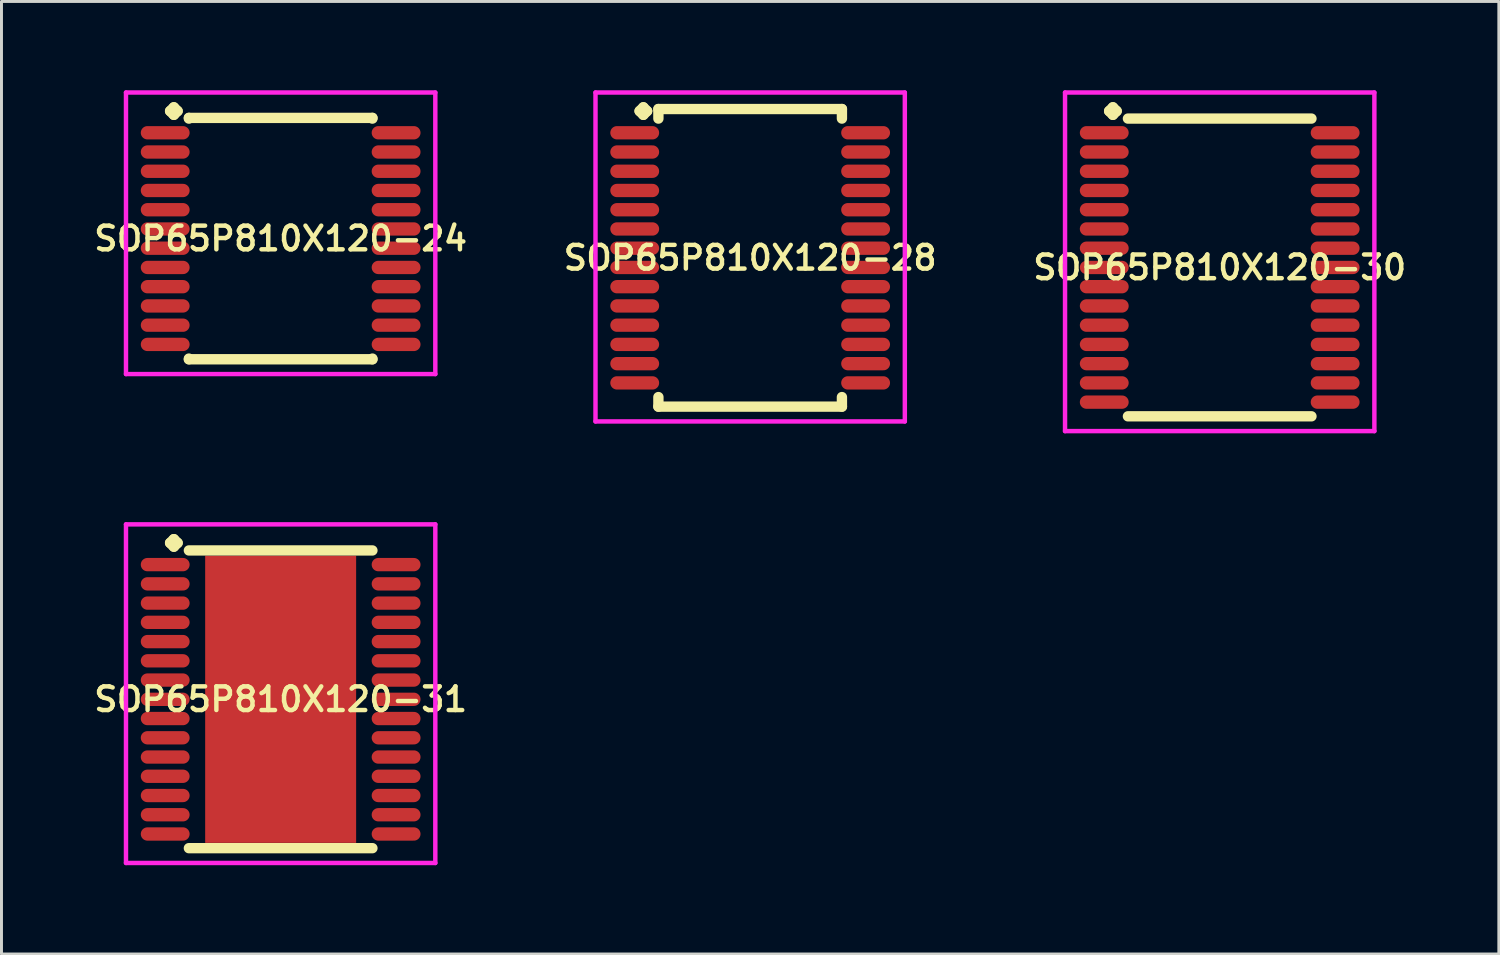
<source format=kicad_pcb>
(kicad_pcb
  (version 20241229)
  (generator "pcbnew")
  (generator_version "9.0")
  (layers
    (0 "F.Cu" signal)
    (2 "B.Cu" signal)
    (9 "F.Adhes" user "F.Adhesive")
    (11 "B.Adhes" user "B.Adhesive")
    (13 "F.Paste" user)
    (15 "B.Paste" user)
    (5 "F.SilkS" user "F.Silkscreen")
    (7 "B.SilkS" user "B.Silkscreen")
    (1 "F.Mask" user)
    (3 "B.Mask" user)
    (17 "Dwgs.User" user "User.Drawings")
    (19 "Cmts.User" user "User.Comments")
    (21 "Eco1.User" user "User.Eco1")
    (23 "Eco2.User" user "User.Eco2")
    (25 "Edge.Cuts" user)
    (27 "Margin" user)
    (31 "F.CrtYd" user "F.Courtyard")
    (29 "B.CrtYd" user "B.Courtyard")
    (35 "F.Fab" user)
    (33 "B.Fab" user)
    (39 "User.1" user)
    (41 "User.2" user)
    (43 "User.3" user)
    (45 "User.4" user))
  (footprint "SOP65P810X120-30"
    (layer "F.Cu")
    (at 38.154 5.985)
    (property "Reference" "SOP65P810X120-30" (at 0 0 0) (layer "F.SilkS") (effects (font (size 0.8 0.8) (thickness 0.15))))
    (attr smd)
    (fp_line (start -3.735 -5.283) (end -3.608 -5.41) (stroke (width 0.35) (type solid)) (layer "F.SilkS"))
    (fp_line (start -3.608 -5.41) (end -3.481 -5.283) (stroke (width 0.35) (type solid)) (layer "F.SilkS"))
    (fp_line (start -3.608 -5.156) (end -3.735 -5.283) (stroke (width 0.35) (type solid)) (layer "F.SilkS"))
    (fp_line (start -3.481 -5.283) (end -3.608 -5.156) (stroke (width 0.35) (type solid)) (layer "F.SilkS"))
    (fp_line (start -3.1 -5.029) (end 3.1 -5.029) (stroke (width 0.35) (type solid)) (layer "F.SilkS"))
    (fp_line (start -3.1 5.029) (end 3.1 5.029) (stroke (width 0.35) (type solid)) (layer "F.SilkS"))
    (fp_line (start -5.225 -5.91) (end 5.225 -5.91) (stroke (width 0.15) (type solid)) (layer "F.CrtYd"))
    (fp_line (start -5.225 5.529) (end -5.225 -5.91) (stroke (width 0.15) (type solid)) (layer "F.CrtYd"))
    (fp_line (start 5.225 -5.91) (end 5.225 5.529) (stroke (width 0.15) (type solid)) (layer "F.CrtYd"))
    (fp_line (start 5.225 5.529) (end -5.225 5.529) (stroke (width 0.15) (type solid)) (layer "F.CrtYd"))
    (pad "1" smd oval (at -3.9 -4.55) (size 1.65 0.45) (layers "F.Cu" "F.Mask" "F.Paste"))
    (pad "2" smd oval (at -3.9 -3.9) (size 1.65 0.45) (layers "F.Cu" "F.Mask" "F.Paste"))
    (pad "3" smd oval (at -3.9 -3.25) (size 1.65 0.45) (layers "F.Cu" "F.Mask" "F.Paste"))
    (pad "4" smd oval (at -3.9 -2.6) (size 1.65 0.45) (layers "F.Cu" "F.Mask" "F.Paste"))
    (pad "5" smd oval (at -3.9 -1.95) (size 1.65 0.45) (layers "F.Cu" "F.Mask" "F.Paste"))
    (pad "6" smd oval (at -3.9 -1.3) (size 1.65 0.45) (layers "F.Cu" "F.Mask" "F.Paste"))
    (pad "7" smd oval (at -3.9 -0.65) (size 1.65 0.45) (layers "F.Cu" "F.Mask" "F.Paste"))
    (pad "8" smd oval (at -3.9 0) (size 1.65 0.45) (layers "F.Cu" "F.Mask" "F.Paste"))
    (pad "9" smd oval (at -3.9 0.65) (size 1.65 0.45) (layers "F.Cu" "F.Mask" "F.Paste"))
    (pad "10" smd oval (at -3.9 1.3) (size 1.65 0.45) (layers "F.Cu" "F.Mask" "F.Paste"))
    (pad "11" smd oval (at -3.9 1.95) (size 1.65 0.45) (layers "F.Cu" "F.Mask" "F.Paste"))
    (pad "12" smd oval (at -3.9 2.6) (size 1.65 0.45) (layers "F.Cu" "F.Mask" "F.Paste"))
    (pad "13" smd oval (at -3.9 3.25) (size 1.65 0.45) (layers "F.Cu" "F.Mask" "F.Paste"))
    (pad "14" smd oval (at -3.9 3.9) (size 1.65 0.45) (layers "F.Cu" "F.Mask" "F.Paste"))
    (pad "15" smd oval (at -3.9 4.55) (size 1.65 0.45) (layers "F.Cu" "F.Mask" "F.Paste"))
    (pad "16" smd oval (at 3.9 4.55) (size 1.65 0.45) (layers "F.Cu" "F.Mask" "F.Paste"))
    (pad "17" smd oval (at 3.9 3.9) (size 1.65 0.45) (layers "F.Cu" "F.Mask" "F.Paste"))
    (pad "18" smd oval (at 3.9 3.25) (size 1.65 0.45) (layers "F.Cu" "F.Mask" "F.Paste"))
    (pad "19" smd oval (at 3.9 2.6) (size 1.65 0.45) (layers "F.Cu" "F.Mask" "F.Paste"))
    (pad "20" smd oval (at 3.9 1.95) (size 1.65 0.45) (layers "F.Cu" "F.Mask" "F.Paste"))
    (pad "21" smd oval (at 3.9 1.3) (size 1.65 0.45) (layers "F.Cu" "F.Mask" "F.Paste"))
    (pad "22" smd oval (at 3.9 0.65) (size 1.65 0.45) (layers "F.Cu" "F.Mask" "F.Paste"))
    (pad "23" smd oval (at 3.9 0) (size 1.65 0.45) (layers "F.Cu" "F.Mask" "F.Paste"))
    (pad "24" smd oval (at 3.9 -0.65) (size 1.65 0.45) (layers "F.Cu" "F.Mask" "F.Paste"))
    (pad "25" smd oval (at 3.9 -1.3) (size 1.65 0.45) (layers "F.Cu" "F.Mask" "F.Paste"))
    (pad "26" smd oval (at 3.9 -1.95) (size 1.65 0.45) (layers "F.Cu" "F.Mask" "F.Paste"))
    (pad "27" smd oval (at 3.9 -2.6) (size 1.65 0.45) (layers "F.Cu" "F.Mask" "F.Paste"))
    (pad "28" smd oval (at 3.9 -3.25) (size 1.65 0.45) (layers "F.Cu" "F.Mask" "F.Paste"))
    (pad "29" smd oval (at 3.9 -3.9) (size 1.65 0.45) (layers "F.Cu" "F.Mask" "F.Paste"))
    (pad "30" smd oval (at 3.9 -4.55) (size 1.65 0.45) (layers "F.Cu" "F.Mask" "F.Paste")))
  (footprint "SOP65P810X120-28"
    (layer "F.Cu")
    (at 22.292 5.66)
    (property "Reference" "SOP65P810X120-28" (at 0 0 0) (layer "F.SilkS") (effects (font (size 0.8 0.8) (thickness 0.15))))
    (attr smd)
    (fp_line (start -3.735 -4.958) (end -3.608 -5.085) (stroke (width 0.35) (type solid)) (layer "F.SilkS"))
    (fp_line (start -3.608 -5.085) (end -3.481 -4.958) (stroke (width 0.35) (type solid)) (layer "F.SilkS"))
    (fp_line (start -3.608 -4.831) (end -3.735 -4.958) (stroke (width 0.35) (type solid)) (layer "F.SilkS"))
    (fp_line (start -3.481 -4.958) (end -3.608 -4.831) (stroke (width 0.35) (type solid)) (layer "F.SilkS"))
    (fp_line (start -3.1 -5.027) (end 3.1 -5.027) (stroke (width 0.35) (type solid)) (layer "F.SilkS"))
    (fp_line (start -3.1 -4.704) (end -3.1 -5.027) (stroke (width 0.35) (type solid)) (layer "F.SilkS"))
    (fp_line (start -3.1 4.704) (end -3.1 5.027) (stroke (width 0.35) (type solid)) (layer "F.SilkS"))
    (fp_line (start -3.1 5.027) (end 3.1 5.027) (stroke (width 0.35) (type solid)) (layer "F.SilkS"))
    (fp_line (start 3.1 -5.027) (end 3.1 -4.704) (stroke (width 0.35) (type solid)) (layer "F.SilkS"))
    (fp_line (start 3.1 5.027) (end 3.1 4.704) (stroke (width 0.35) (type solid)) (layer "F.SilkS"))
    (fp_line (start -5.225 -5.585) (end 5.225 -5.585) (stroke (width 0.15) (type solid)) (layer "F.CrtYd"))
    (fp_line (start -5.225 5.527) (end -5.225 -5.585) (stroke (width 0.15) (type solid)) (layer "F.CrtYd"))
    (fp_line (start 5.225 -5.585) (end 5.225 5.527) (stroke (width 0.15) (type solid)) (layer "F.CrtYd"))
    (fp_line (start 5.225 5.527) (end -5.225 5.527) (stroke (width 0.15) (type solid)) (layer "F.CrtYd"))
    (pad "1" smd oval (at -3.9 -4.225) (size 1.65 0.45) (layers "F.Cu" "F.Mask" "F.Paste"))
    (pad "2" smd oval (at -3.9 -3.575) (size 1.65 0.45) (layers "F.Cu" "F.Mask" "F.Paste"))
    (pad "3" smd oval (at -3.9 -2.925) (size 1.65 0.45) (layers "F.Cu" "F.Mask" "F.Paste"))
    (pad "4" smd oval (at -3.9 -2.275) (size 1.65 0.45) (layers "F.Cu" "F.Mask" "F.Paste"))
    (pad "5" smd oval (at -3.9 -1.625) (size 1.65 0.45) (layers "F.Cu" "F.Mask" "F.Paste"))
    (pad "6" smd oval (at -3.9 -0.975) (size 1.65 0.45) (layers "F.Cu" "F.Mask" "F.Paste"))
    (pad "7" smd oval (at -3.9 -0.325) (size 1.65 0.45) (layers "F.Cu" "F.Mask" "F.Paste"))
    (pad "8" smd oval (at -3.9 0.325) (size 1.65 0.45) (layers "F.Cu" "F.Mask" "F.Paste"))
    (pad "9" smd oval (at -3.9 0.975) (size 1.65 0.45) (layers "F.Cu" "F.Mask" "F.Paste"))
    (pad "10" smd oval (at -3.9 1.625) (size 1.65 0.45) (layers "F.Cu" "F.Mask" "F.Paste"))
    (pad "11" smd oval (at -3.9 2.275) (size 1.65 0.45) (layers "F.Cu" "F.Mask" "F.Paste"))
    (pad "12" smd oval (at -3.9 2.925) (size 1.65 0.45) (layers "F.Cu" "F.Mask" "F.Paste"))
    (pad "13" smd oval (at -3.9 3.575) (size 1.65 0.45) (layers "F.Cu" "F.Mask" "F.Paste"))
    (pad "14" smd oval (at -3.9 4.225) (size 1.65 0.45) (layers "F.Cu" "F.Mask" "F.Paste"))
    (pad "15" smd oval (at 3.9 4.225) (size 1.65 0.45) (layers "F.Cu" "F.Mask" "F.Paste"))
    (pad "16" smd oval (at 3.9 3.575) (size 1.65 0.45) (layers "F.Cu" "F.Mask" "F.Paste"))
    (pad "17" smd oval (at 3.9 2.925) (size 1.65 0.45) (layers "F.Cu" "F.Mask" "F.Paste"))
    (pad "18" smd oval (at 3.9 2.275) (size 1.65 0.45) (layers "F.Cu" "F.Mask" "F.Paste"))
    (pad "19" smd oval (at 3.9 1.625) (size 1.65 0.45) (layers "F.Cu" "F.Mask" "F.Paste"))
    (pad "20" smd oval (at 3.9 0.975) (size 1.65 0.45) (layers "F.Cu" "F.Mask" "F.Paste"))
    (pad "21" smd oval (at 3.9 0.325) (size 1.65 0.45) (layers "F.Cu" "F.Mask" "F.Paste"))
    (pad "22" smd oval (at 3.9 -0.325) (size 1.65 0.45) (layers "F.Cu" "F.Mask" "F.Paste"))
    (pad "23" smd oval (at 3.9 -0.975) (size 1.65 0.45) (layers "F.Cu" "F.Mask" "F.Paste"))
    (pad "24" smd oval (at 3.9 -1.625) (size 1.65 0.45) (layers "F.Cu" "F.Mask" "F.Paste"))
    (pad "25" smd oval (at 3.9 -2.275) (size 1.65 0.45) (layers "F.Cu" "F.Mask" "F.Paste"))
    (pad "26" smd oval (at 3.9 -2.925) (size 1.65 0.45) (layers "F.Cu" "F.Mask" "F.Paste"))
    (pad "27" smd oval (at 3.9 -3.575) (size 1.65 0.45) (layers "F.Cu" "F.Mask" "F.Paste"))
    (pad "28" smd oval (at 3.9 -4.225) (size 1.65 0.45) (layers "F.Cu" "F.Mask" "F.Paste")))
  (footprint "SOP65P810X120-31"
    (layer "F.Cu")
    (at 6.431 20.574)
    (property "Reference" "SOP65P810X120-31" (at 0 0 0) (layer "F.SilkS") (effects (font (size 0.8 0.8) (thickness 0.15))))
    (attr smd)
    (fp_line (start -3.735 -5.283) (end -3.608 -5.41) (stroke (width 0.35) (type solid)) (layer "F.SilkS"))
    (fp_line (start -3.608 -5.41) (end -3.481 -5.283) (stroke (width 0.35) (type solid)) (layer "F.SilkS"))
    (fp_line (start -3.608 -5.156) (end -3.735 -5.283) (stroke (width 0.35) (type solid)) (layer "F.SilkS"))
    (fp_line (start -3.481 -5.283) (end -3.608 -5.156) (stroke (width 0.35) (type solid)) (layer "F.SilkS"))
    (fp_line (start -3.1 -5.029) (end 3.1 -5.029) (stroke (width 0.35) (type solid)) (layer "F.SilkS"))
    (fp_line (start -3.1 5.029) (end 3.1 5.029) (stroke (width 0.35) (type solid)) (layer "F.SilkS"))
    (fp_line (start -5.225 -5.91) (end 5.225 -5.91) (stroke (width 0.15) (type solid)) (layer "F.CrtYd"))
    (fp_line (start -5.225 5.529) (end -5.225 -5.91) (stroke (width 0.15) (type solid)) (layer "F.CrtYd"))
    (fp_line (start 5.225 -5.91) (end 5.225 5.529) (stroke (width 0.15) (type solid)) (layer "F.CrtYd"))
    (fp_line (start 5.225 5.529) (end -5.225 5.529) (stroke (width 0.15) (type solid)) (layer "F.CrtYd"))
    (pad "1" smd oval (at -3.9 -4.55) (size 1.65 0.45) (layers "F.Cu" "F.Mask" "F.Paste"))
    (pad "2" smd oval (at -3.9 -3.9) (size 1.65 0.45) (layers "F.Cu" "F.Mask" "F.Paste"))
    (pad "3" smd oval (at -3.9 -3.25) (size 1.65 0.45) (layers "F.Cu" "F.Mask" "F.Paste"))
    (pad "4" smd oval (at -3.9 -2.6) (size 1.65 0.45) (layers "F.Cu" "F.Mask" "F.Paste"))
    (pad "5" smd oval (at -3.9 -1.95) (size 1.65 0.45) (layers "F.Cu" "F.Mask" "F.Paste"))
    (pad "6" smd oval (at -3.9 -1.3) (size 1.65 0.45) (layers "F.Cu" "F.Mask" "F.Paste"))
    (pad "7" smd oval (at -3.9 -0.65) (size 1.65 0.45) (layers "F.Cu" "F.Mask" "F.Paste"))
    (pad "8" smd oval (at -3.9 0) (size 1.65 0.45) (layers "F.Cu" "F.Mask" "F.Paste"))
    (pad "9" smd oval (at -3.9 0.65) (size 1.65 0.45) (layers "F.Cu" "F.Mask" "F.Paste"))
    (pad "10" smd oval (at -3.9 1.3) (size 1.65 0.45) (layers "F.Cu" "F.Mask" "F.Paste"))
    (pad "11" smd oval (at -3.9 1.95) (size 1.65 0.45) (layers "F.Cu" "F.Mask" "F.Paste"))
    (pad "12" smd oval (at -3.9 2.6) (size 1.65 0.45) (layers "F.Cu" "F.Mask" "F.Paste"))
    (pad "13" smd oval (at -3.9 3.25) (size 1.65 0.45) (layers "F.Cu" "F.Mask" "F.Paste"))
    (pad "14" smd oval (at -3.9 3.9) (size 1.65 0.45) (layers "F.Cu" "F.Mask" "F.Paste"))
    (pad "15" smd oval (at -3.9 4.55) (size 1.65 0.45) (layers "F.Cu" "F.Mask" "F.Paste"))
    (pad "16" smd oval (at 3.9 4.55) (size 1.65 0.45) (layers "F.Cu" "F.Mask" "F.Paste"))
    (pad "17" smd oval (at 3.9 3.9) (size 1.65 0.45) (layers "F.Cu" "F.Mask" "F.Paste"))
    (pad "18" smd oval (at 3.9 3.25) (size 1.65 0.45) (layers "F.Cu" "F.Mask" "F.Paste"))
    (pad "19" smd oval (at 3.9 2.6) (size 1.65 0.45) (layers "F.Cu" "F.Mask" "F.Paste"))
    (pad "20" smd oval (at 3.9 1.95) (size 1.65 0.45) (layers "F.Cu" "F.Mask" "F.Paste"))
    (pad "21" smd oval (at 3.9 1.3) (size 1.65 0.45) (layers "F.Cu" "F.Mask" "F.Paste"))
    (pad "22" smd oval (at 3.9 0.65) (size 1.65 0.45) (layers "F.Cu" "F.Mask" "F.Paste"))
    (pad "23" smd oval (at 3.9 0) (size 1.65 0.45) (layers "F.Cu" "F.Mask" "F.Paste"))
    (pad "24" smd oval (at 3.9 -0.65) (size 1.65 0.45) (layers "F.Cu" "F.Mask" "F.Paste"))
    (pad "25" smd oval (at 3.9 -1.3) (size 1.65 0.45) (layers "F.Cu" "F.Mask" "F.Paste"))
    (pad "26" smd oval (at 3.9 -1.95) (size 1.65 0.45) (layers "F.Cu" "F.Mask" "F.Paste"))
    (pad "27" smd oval (at 3.9 -2.6) (size 1.65 0.45) (layers "F.Cu" "F.Mask" "F.Paste"))
    (pad "28" smd oval (at 3.9 -3.25) (size 1.65 0.45) (layers "F.Cu" "F.Mask" "F.Paste"))
    (pad "29" smd oval (at 3.9 -3.9) (size 1.65 0.45) (layers "F.Cu" "F.Mask" "F.Paste"))
    (pad "30" smd oval (at 3.9 -4.55) (size 1.65 0.45) (layers "F.Cu" "F.Mask" "F.Paste"))
    (pad "31" smd rect (at 0 0) (size 5.1 9.7) (layers "F.Cu" "F.Mask" "F.Paste")))
  (footprint "SOP65P810X120-24"
    (layer "F.Cu")
    (at 6.431 5.01)
    (property "Reference" "SOP65P810X120-24" (at 0 0 0) (layer "F.SilkS") (effects (font (size 0.8 0.8) (thickness 0.15))))
    (attr smd)
    (fp_line (start -3.735 -4.308) (end -3.608 -4.435) (stroke (width 0.35) (type solid)) (layer "F.SilkS"))
    (fp_line (start -3.608 -4.435) (end -3.481 -4.308) (stroke (width 0.35) (type solid)) (layer "F.SilkS"))
    (fp_line (start -3.608 -4.181) (end -3.735 -4.308) (stroke (width 0.35) (type solid)) (layer "F.SilkS"))
    (fp_line (start -3.481 -4.308) (end -3.608 -4.181) (stroke (width 0.35) (type solid)) (layer "F.SilkS"))
    (fp_line (start -3.1 -4.077) (end 3.1 -4.077) (stroke (width 0.35) (type solid)) (layer "F.SilkS"))
    (fp_line (start -3.1 -4.054) (end -3.1 -4.077) (stroke (width 0.35) (type solid)) (layer "F.SilkS"))
    (fp_line (start -3.1 4.054) (end -3.1 4.077) (stroke (width 0.35) (type solid)) (layer "F.SilkS"))
    (fp_line (start -3.1 4.077) (end 3.1 4.077) (stroke (width 0.35) (type solid)) (layer "F.SilkS"))
    (fp_line (start 3.1 -4.077) (end 3.1 -4.054) (stroke (width 0.35) (type solid)) (layer "F.SilkS"))
    (fp_line (start 3.1 4.077) (end 3.1 4.054) (stroke (width 0.35) (type solid)) (layer "F.SilkS"))
    (fp_line (start -5.225 -4.935) (end 5.225 -4.935) (stroke (width 0.15) (type solid)) (layer "F.CrtYd"))
    (fp_line (start -5.225 4.577) (end -5.225 -4.935) (stroke (width 0.15) (type solid)) (layer "F.CrtYd"))
    (fp_line (start 5.225 -4.935) (end 5.225 4.577) (stroke (width 0.15) (type solid)) (layer "F.CrtYd"))
    (fp_line (start 5.225 4.577) (end -5.225 4.577) (stroke (width 0.15) (type solid)) (layer "F.CrtYd"))
    (pad "1" smd oval (at -3.9 -3.575) (size 1.65 0.45) (layers "F.Cu" "F.Mask" "F.Paste"))
    (pad "2" smd oval (at -3.9 -2.925) (size 1.65 0.45) (layers "F.Cu" "F.Mask" "F.Paste"))
    (pad "3" smd oval (at -3.9 -2.275) (size 1.65 0.45) (layers "F.Cu" "F.Mask" "F.Paste"))
    (pad "4" smd oval (at -3.9 -1.625) (size 1.65 0.45) (layers "F.Cu" "F.Mask" "F.Paste"))
    (pad "5" smd oval (at -3.9 -0.975) (size 1.65 0.45) (layers "F.Cu" "F.Mask" "F.Paste"))
    (pad "6" smd oval (at -3.9 -0.325) (size 1.65 0.45) (layers "F.Cu" "F.Mask" "F.Paste"))
    (pad "7" smd oval (at -3.9 0.325) (size 1.65 0.45) (layers "F.Cu" "F.Mask" "F.Paste"))
    (pad "8" smd oval (at -3.9 0.975) (size 1.65 0.45) (layers "F.Cu" "F.Mask" "F.Paste"))
    (pad "9" smd oval (at -3.9 1.625) (size 1.65 0.45) (layers "F.Cu" "F.Mask" "F.Paste"))
    (pad "10" smd oval (at -3.9 2.275) (size 1.65 0.45) (layers "F.Cu" "F.Mask" "F.Paste"))
    (pad "11" smd oval (at -3.9 2.925) (size 1.65 0.45) (layers "F.Cu" "F.Mask" "F.Paste"))
    (pad "12" smd oval (at -3.9 3.575) (size 1.65 0.45) (layers "F.Cu" "F.Mask" "F.Paste"))
    (pad "13" smd oval (at 3.9 3.575) (size 1.65 0.45) (layers "F.Cu" "F.Mask" "F.Paste"))
    (pad "14" smd oval (at 3.9 2.925) (size 1.65 0.45) (layers "F.Cu" "F.Mask" "F.Paste"))
    (pad "15" smd oval (at 3.9 2.275) (size 1.65 0.45) (layers "F.Cu" "F.Mask" "F.Paste"))
    (pad "16" smd oval (at 3.9 1.625) (size 1.65 0.45) (layers "F.Cu" "F.Mask" "F.Paste"))
    (pad "17" smd oval (at 3.9 0.975) (size 1.65 0.45) (layers "F.Cu" "F.Mask" "F.Paste"))
    (pad "18" smd oval (at 3.9 0.325) (size 1.65 0.45) (layers "F.Cu" "F.Mask" "F.Paste"))
    (pad "19" smd oval (at 3.9 -0.325) (size 1.65 0.45) (layers "F.Cu" "F.Mask" "F.Paste"))
    (pad "20" smd oval (at 3.9 -0.975) (size 1.65 0.45) (layers "F.Cu" "F.Mask" "F.Paste"))
    (pad "21" smd oval (at 3.9 -1.625) (size 1.65 0.45) (layers "F.Cu" "F.Mask" "F.Paste"))
    (pad "22" smd oval (at 3.9 -2.275) (size 1.65 0.45) (layers "F.Cu" "F.Mask" "F.Paste"))
    (pad "23" smd oval (at 3.9 -2.925) (size 1.65 0.45) (layers "F.Cu" "F.Mask" "F.Paste"))
    (pad "24" smd oval (at 3.9 -3.575) (size 1.65 0.45) (layers "F.Cu" "F.Mask" "F.Paste")))
  (gr_rect
    (start -3 -3)
    (end 47.584 29.178)
    (stroke (width 0.1) (type default))
    (fill no)
    (layer "Edge.Cuts")))
</source>
